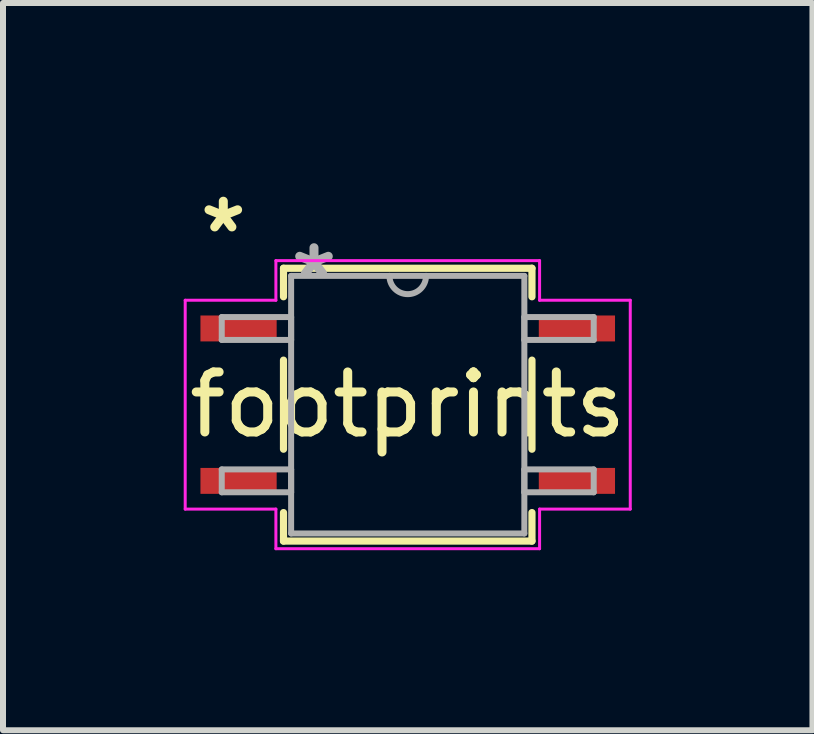
<source format=kicad_pcb>
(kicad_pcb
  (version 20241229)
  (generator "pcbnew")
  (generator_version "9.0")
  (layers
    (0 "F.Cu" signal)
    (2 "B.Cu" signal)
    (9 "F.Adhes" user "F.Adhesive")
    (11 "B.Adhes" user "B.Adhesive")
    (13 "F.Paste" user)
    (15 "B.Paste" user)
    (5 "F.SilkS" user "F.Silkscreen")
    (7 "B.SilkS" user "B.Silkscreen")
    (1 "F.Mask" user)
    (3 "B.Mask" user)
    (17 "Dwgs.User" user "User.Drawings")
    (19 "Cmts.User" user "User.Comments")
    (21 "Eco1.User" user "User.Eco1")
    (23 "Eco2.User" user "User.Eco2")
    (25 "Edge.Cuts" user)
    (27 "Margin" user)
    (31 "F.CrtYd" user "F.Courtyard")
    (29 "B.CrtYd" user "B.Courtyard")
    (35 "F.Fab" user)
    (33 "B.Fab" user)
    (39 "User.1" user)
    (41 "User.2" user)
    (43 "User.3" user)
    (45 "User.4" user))
  (footprint "footprints"
    (layer "F.Cu")
    (at 3.744 3.693)
    (property "Reference" "footprints" (at 0 0 0) (layer "F.SilkS") (effects (font (size 1 1) (thickness 0.15))))
    (attr through_hole)
    (fp_line (start -2.07 -2.273) (end -2.07 -1.798) (stroke (width 0.12) (type solid)) (layer "F.SilkS"))
    (fp_line (start -2.07 -0.742) (end -2.07 0.742) (stroke (width 0.12) (type solid)) (layer "F.SilkS"))
    (fp_line (start -2.07 1.798) (end -2.07 2.273) (stroke (width 0.12) (type solid)) (layer "F.SilkS"))
    (fp_line (start -2.07 2.273) (end 2.07 2.273) (stroke (width 0.12) (type solid)) (layer "F.SilkS"))
    (fp_line (start 2.07 -2.273) (end -2.07 -2.273) (stroke (width 0.12) (type solid)) (layer "F.SilkS"))
    (fp_line (start 2.07 -1.798) (end 2.07 -2.273) (stroke (width 0.12) (type solid)) (layer "F.SilkS"))
    (fp_line (start 2.07 0.742) (end 2.07 -0.742) (stroke (width 0.12) (type solid)) (layer "F.SilkS"))
    (fp_line (start 2.07 2.273) (end 2.07 1.798) (stroke (width 0.12) (type solid)) (layer "F.SilkS"))
    (fp_line (start -3.708 -1.74) (end -2.197 -1.74) (stroke (width 0.05) (type solid)) (layer "F.CrtYd"))
    (fp_line (start -3.708 1.74) (end -3.708 -1.74) (stroke (width 0.05) (type solid)) (layer "F.CrtYd"))
    (fp_line (start -3.708 1.74) (end -2.197 1.74) (stroke (width 0.05) (type solid)) (layer "F.CrtYd"))
    (fp_line (start -2.197 -2.4) (end 2.197 -2.4) (stroke (width 0.05) (type solid)) (layer "F.CrtYd"))
    (fp_line (start -2.197 -1.74) (end -2.197 -2.4) (stroke (width 0.05) (type solid)) (layer "F.CrtYd"))
    (fp_line (start -2.197 2.4) (end -2.197 1.74) (stroke (width 0.05) (type solid)) (layer "F.CrtYd"))
    (fp_line (start 2.197 -2.4) (end 2.197 -1.74) (stroke (width 0.05) (type solid)) (layer "F.CrtYd"))
    (fp_line (start 2.197 1.74) (end 2.197 2.4) (stroke (width 0.05) (type solid)) (layer "F.CrtYd"))
    (fp_line (start 2.197 2.4) (end -2.197 2.4) (stroke (width 0.05) (type solid)) (layer "F.CrtYd"))
    (fp_line (start 3.708 -1.74) (end 2.197 -1.74) (stroke (width 0.05) (type solid)) (layer "F.CrtYd"))
    (fp_line (start 3.708 -1.74) (end 3.708 1.74) (stroke (width 0.05) (type solid)) (layer "F.CrtYd"))
    (fp_line (start 3.708 1.74) (end 2.197 1.74) (stroke (width 0.05) (type solid)) (layer "F.CrtYd"))
    (fp_line (start -3.099 -1.46) (end -3.099 -1.079) (stroke (width 0.1) (type solid)) (layer "F.Fab"))
    (fp_line (start -3.099 -1.079) (end -1.943 -1.079) (stroke (width 0.1) (type solid)) (layer "F.Fab"))
    (fp_line (start -3.099 1.079) (end -3.099 1.46) (stroke (width 0.1) (type solid)) (layer "F.Fab"))
    (fp_line (start -3.099 1.46) (end -1.943 1.46) (stroke (width 0.1) (type solid)) (layer "F.Fab"))
    (fp_line (start -1.943 -2.146) (end -1.943 2.146) (stroke (width 0.1) (type solid)) (layer "F.Fab"))
    (fp_line (start -1.943 -1.46) (end -3.099 -1.46) (stroke (width 0.1) (type solid)) (layer "F.Fab"))
    (fp_line (start -1.943 -1.079) (end -1.943 -1.46) (stroke (width 0.1) (type solid)) (layer "F.Fab"))
    (fp_line (start -1.943 1.079) (end -3.099 1.079) (stroke (width 0.1) (type solid)) (layer "F.Fab"))
    (fp_line (start -1.943 1.46) (end -1.943 1.079) (stroke (width 0.1) (type solid)) (layer "F.Fab"))
    (fp_line (start -1.943 2.146) (end 1.943 2.146) (stroke (width 0.1) (type solid)) (layer "F.Fab"))
    (fp_line (start 1.943 -2.146) (end -1.943 -2.146) (stroke (width 0.1) (type solid)) (layer "F.Fab"))
    (fp_line (start 1.943 -1.46) (end 1.943 -1.079) (stroke (width 0.1) (type solid)) (layer "F.Fab"))
    (fp_line (start 1.943 -1.079) (end 3.099 -1.079) (stroke (width 0.1) (type solid)) (layer "F.Fab"))
    (fp_line (start 1.943 1.079) (end 1.943 1.46) (stroke (width 0.1) (type solid)) (layer "F.Fab"))
    (fp_line (start 1.943 1.46) (end 3.099 1.46) (stroke (width 0.1) (type solid)) (layer "F.Fab"))
    (fp_line (start 1.943 2.146) (end 1.943 -2.146) (stroke (width 0.1) (type solid)) (layer "F.Fab"))
    (fp_line (start 3.099 -1.46) (end 1.943 -1.46) (stroke (width 0.1) (type solid)) (layer "F.Fab"))
    (fp_line (start 3.099 -1.079) (end 3.099 -1.46) (stroke (width 0.1) (type solid)) (layer "F.Fab"))
    (fp_line (start 3.099 1.079) (end 1.943 1.079) (stroke (width 0.1) (type solid)) (layer "F.Fab"))
    (fp_line (start 3.099 1.46) (end 3.099 1.079) (stroke (width 0.1) (type solid)) (layer "F.Fab"))
    (fp_arc (start 0.3048 -2.1463) (mid 0 -1.8415) (end -0.3048 -2.1463) (stroke (width 0.1) (type solid)) (layer "F.Fab"))
    (fp_text user "*" (at -3.073 -2.845 0) (layer "F.SilkS") (effects (font (size 1 1) (thickness 0.15))))
    (fp_text user "*" (at -1.562 -2.07 0) (layer "F.Fab") (effects (font (size 1 1) (thickness 0.15))))
    (pad "1" smd rect (at -2.819 -1.27) (size 1.27 0.432) (layers "F.Cu" "F.Mask" "F.Paste"))
    (pad "2" smd rect (at -2.819 1.27) (size 1.27 0.432) (layers "F.Cu" "F.Mask" "F.Paste"))
    (pad "3" smd rect (at 2.819 1.27) (size 1.27 0.432) (layers "F.Cu" "F.Mask" "F.Paste"))
    (pad "4" smd rect (at 2.819 -1.27) (size 1.27 0.432) (layers "F.Cu" "F.Mask" "F.Paste")))
  (gr_rect
    (start -3 -3)
    (end 10.488 9.118)
    (stroke (width 0.1) (type default))
    (fill no)
    (layer "Edge.Cuts")))
</source>
